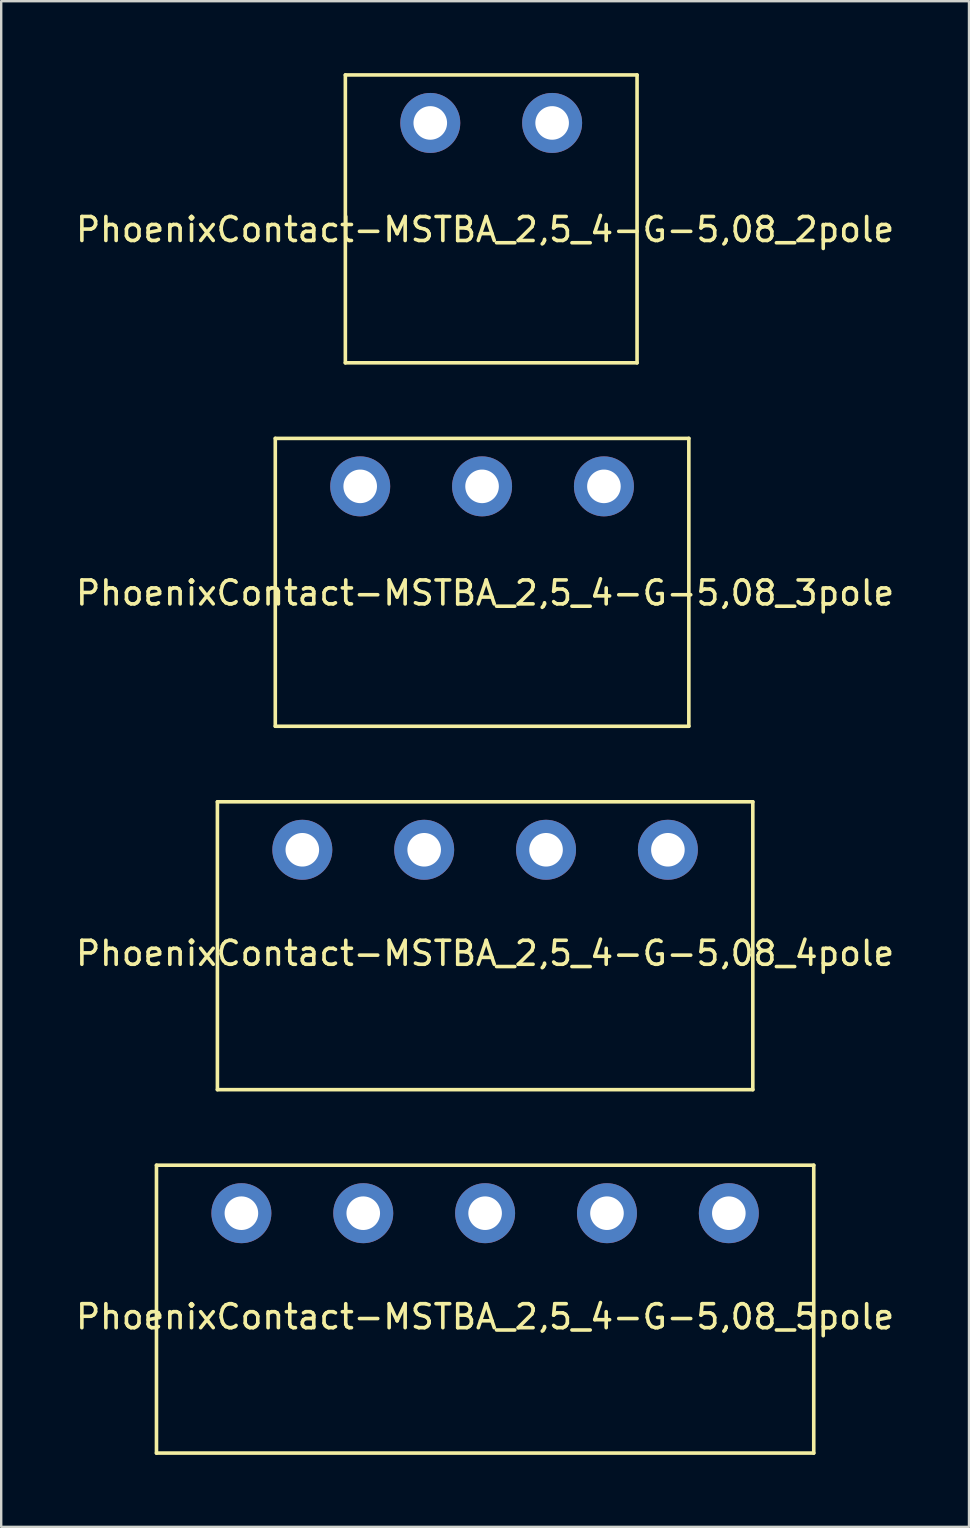
<source format=kicad_pcb>
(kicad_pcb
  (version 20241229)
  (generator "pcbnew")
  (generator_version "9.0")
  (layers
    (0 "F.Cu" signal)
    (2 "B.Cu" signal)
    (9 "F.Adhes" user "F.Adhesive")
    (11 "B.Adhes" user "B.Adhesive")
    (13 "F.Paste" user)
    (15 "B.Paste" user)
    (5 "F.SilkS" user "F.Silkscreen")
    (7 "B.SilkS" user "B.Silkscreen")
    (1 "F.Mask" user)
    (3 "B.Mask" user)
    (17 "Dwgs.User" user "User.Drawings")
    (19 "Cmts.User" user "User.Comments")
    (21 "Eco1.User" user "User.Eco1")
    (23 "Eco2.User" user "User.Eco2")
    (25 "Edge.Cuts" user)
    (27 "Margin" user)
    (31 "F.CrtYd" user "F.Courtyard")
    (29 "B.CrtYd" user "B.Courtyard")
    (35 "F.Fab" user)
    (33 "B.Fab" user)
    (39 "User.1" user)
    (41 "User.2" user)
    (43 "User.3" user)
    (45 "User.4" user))
  (footprint "PhoenixContact-MSTBA_2,5_4-G-5,08_3pole"
    (layer "F.Cu")
    (at 11.966 17.225)
    (property "Reference" "PhoenixContact-MSTBA_2,5_4-G-5,08_3pole" (at 5.207 4.445 0) (layer "F.SilkS") (effects (font (size 1 1) (thickness 0.15))))
    (attr through_hole)
    (fp_line (start -3.54 -2) (end -3.54 10) (stroke (width 0.15) (type solid)) (layer "F.SilkS"))
    (fp_line (start -3.54 -2) (end 13.7 -2) (stroke (width 0.15) (type solid)) (layer "F.SilkS"))
    (fp_line (start -3.54 10) (end 13.7 10) (stroke (width 0.15) (type solid)) (layer "F.SilkS"))
    (fp_line (start 13.7 -2) (end 13.7 10) (stroke (width 0.15) (type solid)) (layer "F.SilkS"))
    (pad "1" thru_hole circle (at 0 0) (size 2.5 2.5) (drill 1.4) (layers "*.Cu" "*.Mask"))
    (pad "2" thru_hole circle (at 5.08 0) (size 2.5 2.5) (drill 1.4) (layers "*.Cu" "*.Mask"))
    (pad "3" thru_hole circle (at 10.16 0) (size 2.5 2.5) (drill 1.4) (layers "*.Cu" "*.Mask")))
  (footprint "PhoenixContact-MSTBA_2,5_4-G-5,08_2pole"
    (layer "F.Cu")
    (at 14.887 2.075)
    (property "Reference" "PhoenixContact-MSTBA_2,5_4-G-5,08_2pole" (at 2.286 4.445 0) (layer "F.SilkS") (effects (font (size 1 1) (thickness 0.15))))
    (attr through_hole)
    (fp_line (start -3.54 -2) (end -3.54 10) (stroke (width 0.15) (type solid)) (layer "F.SilkS"))
    (fp_line (start -3.54 -2) (end 8.62 -2) (stroke (width 0.15) (type solid)) (layer "F.SilkS"))
    (fp_line (start -3.54 10) (end 8.62 10) (stroke (width 0.15) (type solid)) (layer "F.SilkS"))
    (fp_line (start 8.62 -2) (end 8.62 10) (stroke (width 0.15) (type solid)) (layer "F.SilkS"))
    (pad "1" thru_hole circle (at 0 0) (size 2.5 2.5) (drill 1.4) (layers "*.Cu" "*.Mask"))
    (pad "2" thru_hole circle (at 5.08 0) (size 2.5 2.5) (drill 1.4) (layers "*.Cu" "*.Mask")))
  (footprint "PhoenixContact-MSTBA_2,5_4-G-5,08_4pole"
    (layer "F.Cu")
    (at 9.553 32.375)
    (property "Reference" "PhoenixContact-MSTBA_2,5_4-G-5,08_4pole" (at 7.62 4.318 0) (layer "F.SilkS") (effects (font (size 1 1) (thickness 0.15))))
    (attr through_hole)
    (fp_line (start -3.54 -2) (end -3.54 10) (stroke (width 0.15) (type solid)) (layer "F.SilkS"))
    (fp_line (start -3.54 -2) (end 18.78 -2) (stroke (width 0.15) (type solid)) (layer "F.SilkS"))
    (fp_line (start -3.54 10) (end 18.78 10) (stroke (width 0.15) (type solid)) (layer "F.SilkS"))
    (fp_line (start 18.78 -2) (end 18.78 10) (stroke (width 0.15) (type solid)) (layer "F.SilkS"))
    (pad "1" thru_hole circle (at 0 0) (size 2.5 2.5) (drill 1.4) (layers "*.Cu" "*.Mask"))
    (pad "2" thru_hole circle (at 5.08 0) (size 2.5 2.5) (drill 1.4) (layers "*.Cu" "*.Mask"))
    (pad "3" thru_hole circle (at 10.16 0) (size 2.5 2.5) (drill 1.4) (layers "*.Cu" "*.Mask"))
    (pad "4" thru_hole circle (at 15.24 0) (size 2.5 2.5) (drill 1.4) (layers "*.Cu" "*.Mask")))
  (footprint "PhoenixContact-MSTBA_2,5_4-G-5,08_5pole"
    (layer "F.Cu")
    (at 7.013 47.525)
    (property "Reference" "PhoenixContact-MSTBA_2,5_4-G-5,08_5pole" (at 10.16 4.318 0) (layer "F.SilkS") (effects (font (size 1 1) (thickness 0.15))))
    (attr through_hole)
    (fp_line (start -3.54 -2) (end -3.54 10) (stroke (width 0.15) (type solid)) (layer "F.SilkS"))
    (fp_line (start -3.54 -2) (end 23.86 -2) (stroke (width 0.15) (type solid)) (layer "F.SilkS"))
    (fp_line (start -3.54 10) (end 23.86 10) (stroke (width 0.15) (type solid)) (layer "F.SilkS"))
    (fp_line (start 23.86 -2) (end 23.86 10) (stroke (width 0.15) (type solid)) (layer "F.SilkS"))
    (pad "1" thru_hole circle (at 0 0) (size 2.5 2.5) (drill 1.4) (layers "*.Cu" "*.Mask"))
    (pad "2" thru_hole circle (at 5.08 0) (size 2.5 2.5) (drill 1.4) (layers "*.Cu" "*.Mask"))
    (pad "3" thru_hole circle (at 10.16 0) (size 2.5 2.5) (drill 1.4) (layers "*.Cu" "*.Mask"))
    (pad "4" thru_hole circle (at 15.24 0) (size 2.5 2.5) (drill 1.4) (layers "*.Cu" "*.Mask"))
    (pad "5" thru_hole circle (at 20.32 0) (size 2.5 2.5) (drill 1.4) (layers "*.Cu" "*.Mask")))
  (gr_rect
    (start -3 -3)
    (end 37.345 60.6)
    (stroke (width 0.1) (type default))
    (fill no)
    (layer "Edge.Cuts")))
</source>
